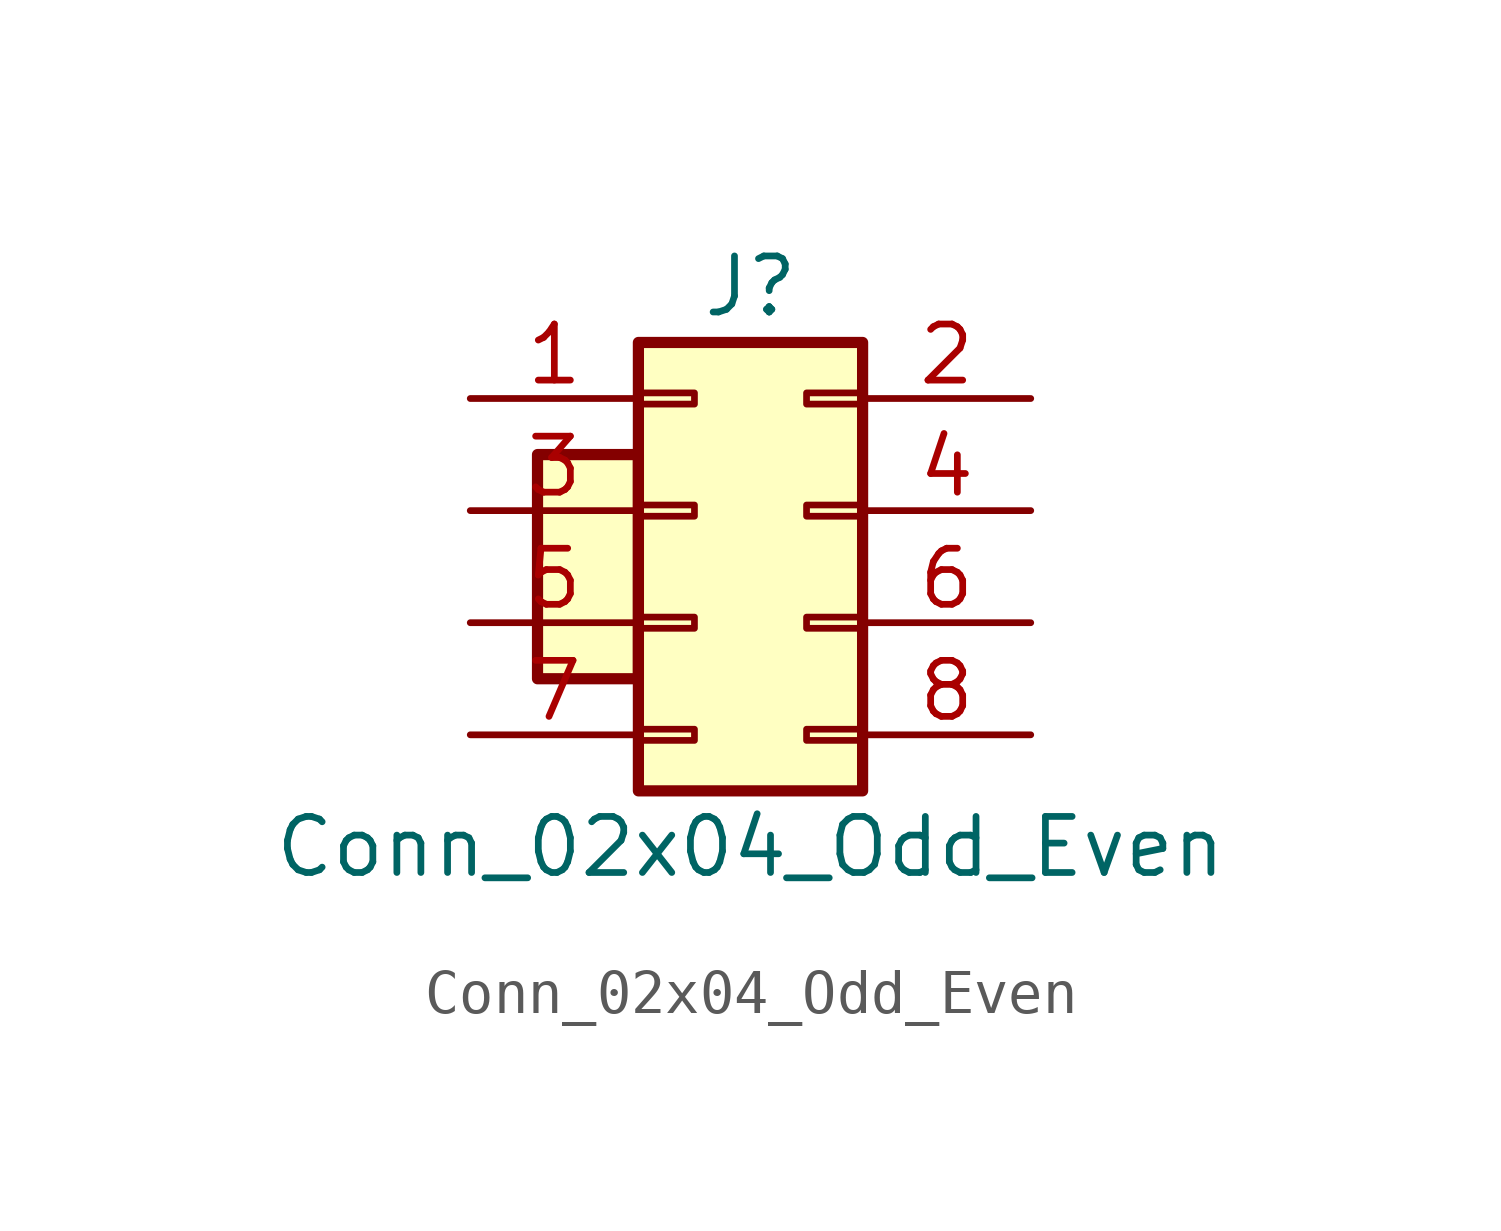
<source format=kicad_sym>
(kicad_symbol_lib
  (version 20231120)
  (generator "kicad_symbol_editor")
  (generator_version "8.0")
  (symbol "Conn_02x04_Odd_Even"
    (pin_names
      (offset 1.016) hide)
    (property "Reference" "J"
      (at 1.27 5.08 0)
      (effects (font (size 1.27 1.27))))
    (property "Value" "Conn_02x04_Odd_Even"
      (at 1.27 -7.62 0)
      (effects (font (size 1.27 1.27))))
    (symbol "Conn_02x04_Odd_Even_0_1"
      (rectangle (start -1.27 1.27) (end -3.556 -3.81) (stroke (width 0.254) (type solid)) (fill (type background))))
    (symbol "Conn_02x04_Odd_Even_1_1"
      (rectangle (start -1.27 -4.953) (end 0 -5.207) (stroke (width 0.152) (type solid)) (fill (type none)))
      (rectangle (start -1.27 -2.413) (end 0 -2.667) (stroke (width 0.152) (type solid)) (fill (type none)))
      (rectangle (start -1.27 0.127) (end 0 -0.127) (stroke (width 0.152) (type solid)) (fill (type none)))
      (rectangle (start -1.27 2.667) (end 0 2.413) (stroke (width 0.152) (type solid)) (fill (type none)))
      (rectangle (start -1.27 3.81) (end 3.81 -6.35) (stroke (width 0.254) (type solid)) (fill (type background)))
      (rectangle (start 3.81 -4.953) (end 2.54 -5.207) (stroke (width 0.152) (type solid)) (fill (type none)))
      (rectangle (start 3.81 -2.413) (end 2.54 -2.667) (stroke (width 0.152) (type solid)) (fill (type none)))
      (rectangle (start 3.81 0.127) (end 2.54 -0.127) (stroke (width 0.152) (type solid)) (fill (type none)))
      (rectangle (start 3.81 2.667) (end 2.54 2.413) (stroke (width 0.152) (type solid)) (fill (type none)))
      (pin passive line (at -5.08 2.54 0) (length 3.81) (name "Pin_1" (effects (font (size 1.27 1.27)))) (number "1" (effects (font (size 1.27 1.27)))))
      (pin passive line (at 7.62 2.54 180) (length 3.81) (name "Pin_2" (effects (font (size 1.27 1.27)))) (number "2" (effects (font (size 1.27 1.27)))))
      (pin passive line (at -5.08 0 0) (length 3.81) (name "Pin_3" (effects (font (size 1.27 1.27)))) (number "3" (effects (font (size 1.27 1.27)))))
      (pin passive line (at 7.62 0 180) (length 3.81) (name "Pin_4" (effects (font (size 1.27 1.27)))) (number "4" (effects (font (size 1.27 1.27)))))
      (pin passive line (at -5.08 -2.54 0) (length 3.81) (name "Pin_5" (effects (font (size 1.27 1.27)))) (number "5" (effects (font (size 1.27 1.27)))))
      (pin passive line (at 7.62 -2.54 180) (length 3.81) (name "Pin_6" (effects (font (size 1.27 1.27)))) (number "6" (effects (font (size 1.27 1.27)))))
      (pin passive line (at -5.08 -5.08 0) (length 3.81) (name "Pin_7" (effects (font (size 1.27 1.27)))) (number "7" (effects (font (size 1.27 1.27)))))
      (pin passive line (at 7.62 -5.08 180) (length 3.81) (name "Pin_8" (effects (font (size 1.27 1.27)))) (number "8" (effects (font (size 1.27 1.27))))))))
</source>
